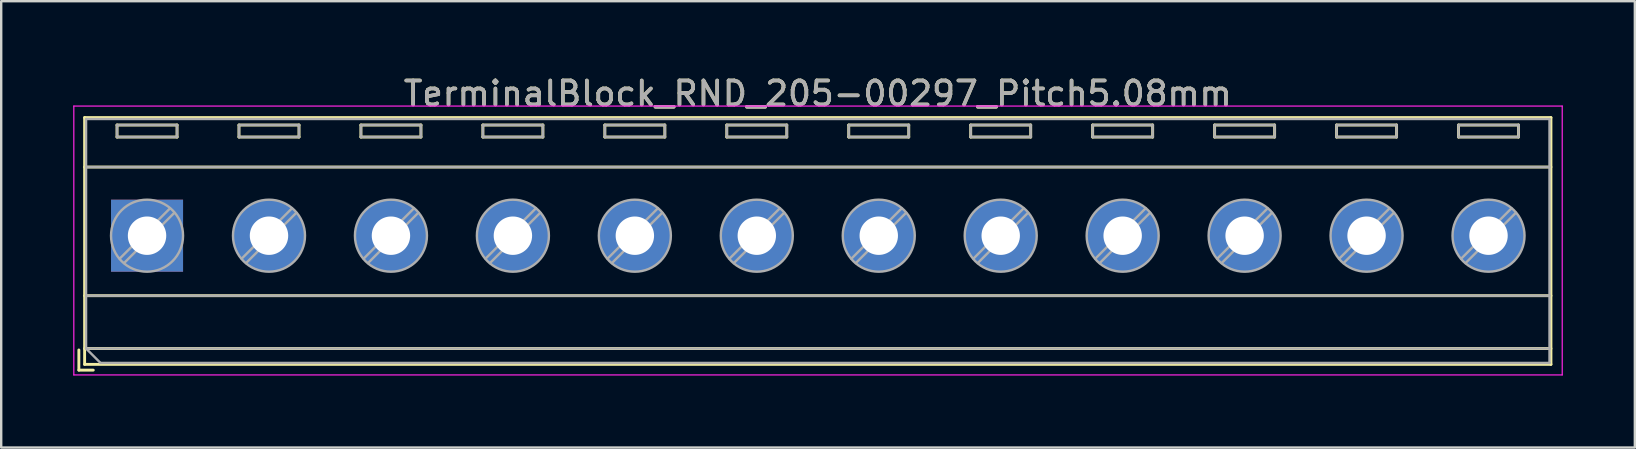
<source format=kicad_pcb>
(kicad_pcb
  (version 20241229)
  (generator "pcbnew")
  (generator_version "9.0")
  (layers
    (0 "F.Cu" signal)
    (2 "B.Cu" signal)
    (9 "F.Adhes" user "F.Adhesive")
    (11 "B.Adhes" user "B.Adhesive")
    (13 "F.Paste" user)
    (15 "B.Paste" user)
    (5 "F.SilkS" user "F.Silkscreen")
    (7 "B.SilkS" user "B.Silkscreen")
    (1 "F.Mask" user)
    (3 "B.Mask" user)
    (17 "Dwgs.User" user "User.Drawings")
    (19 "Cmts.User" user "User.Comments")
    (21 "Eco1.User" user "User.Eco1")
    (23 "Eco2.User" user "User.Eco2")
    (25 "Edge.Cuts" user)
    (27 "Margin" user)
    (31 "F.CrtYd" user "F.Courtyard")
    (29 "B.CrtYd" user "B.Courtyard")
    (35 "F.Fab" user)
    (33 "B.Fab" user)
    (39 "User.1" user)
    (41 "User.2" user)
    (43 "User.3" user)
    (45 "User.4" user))
  (footprint "TerminalBlock_RND_205-00297_Pitch5.08mm"
    (layer "F.Cu")
    (at 3.075 6.768)
    (property "Reference" "TerminalBlock_RND_205-00297_Pitch5.08mm" (at 27.94 -5.92 0) (layer "F.SilkS") (effects (font (size 1 1) (thickness 0.15))))
    (attr through_hole)
    (fp_line (start -2.84 4.76) (end -2.84 5.6) (stroke (width 0.12) (type solid)) (layer "F.SilkS"))
    (fp_line (start -2.84 5.6) (end -2.24 5.6) (stroke (width 0.12) (type solid)) (layer "F.SilkS"))
    (fp_line (start -2.6 -4.92) (end -2.6 5.36) (stroke (width 0.12) (type solid)) (layer "F.SilkS"))
    (fp_line (start -2.6 -2.86) (end 58.48 -2.86) (stroke (width 0.12) (type solid)) (layer "F.SilkS"))
    (fp_line (start -2.6 2.5) (end 58.48 2.5) (stroke (width 0.12) (type solid)) (layer "F.SilkS"))
    (fp_line (start -2.6 4.7) (end 58.48 4.7) (stroke (width 0.12) (type solid)) (layer "F.SilkS"))
    (fp_line (start -2.6 5.36) (end 58.48 5.36) (stroke (width 0.12) (type solid)) (layer "F.SilkS"))
    (fp_line (start -1.25 -4.61) (end -1.25 -4.11) (stroke (width 0.12) (type solid)) (layer "F.SilkS"))
    (fp_line (start -1.25 -4.61) (end 1.25 -4.61) (stroke (width 0.12) (type solid)) (layer "F.SilkS"))
    (fp_line (start -1.25 -4.11) (end 1.25 -4.11) (stroke (width 0.12) (type solid)) (layer "F.SilkS"))
    (fp_line (start 1.25 -4.61) (end 1.25 -4.11) (stroke (width 0.12) (type solid)) (layer "F.SilkS"))
    (fp_line (start 3.83 -4.61) (end 3.83 -4.11) (stroke (width 0.12) (type solid)) (layer "F.SilkS"))
    (fp_line (start 3.83 -4.61) (end 6.33 -4.61) (stroke (width 0.12) (type solid)) (layer "F.SilkS"))
    (fp_line (start 3.83 -4.11) (end 6.33 -4.11) (stroke (width 0.12) (type solid)) (layer "F.SilkS"))
    (fp_line (start 6.33 -4.61) (end 6.33 -4.11) (stroke (width 0.12) (type solid)) (layer "F.SilkS"))
    (fp_line (start 8.91 -4.61) (end 8.91 -4.11) (stroke (width 0.12) (type solid)) (layer "F.SilkS"))
    (fp_line (start 8.91 -4.61) (end 11.41 -4.61) (stroke (width 0.12) (type solid)) (layer "F.SilkS"))
    (fp_line (start 8.91 -4.11) (end 11.41 -4.11) (stroke (width 0.12) (type solid)) (layer "F.SilkS"))
    (fp_line (start 11.41 -4.61) (end 11.41 -4.11) (stroke (width 0.12) (type solid)) (layer "F.SilkS"))
    (fp_line (start 13.99 -4.61) (end 13.99 -4.11) (stroke (width 0.12) (type solid)) (layer "F.SilkS"))
    (fp_line (start 13.99 -4.61) (end 16.49 -4.61) (stroke (width 0.12) (type solid)) (layer "F.SilkS"))
    (fp_line (start 13.99 -4.11) (end 16.49 -4.11) (stroke (width 0.12) (type solid)) (layer "F.SilkS"))
    (fp_line (start 16.49 -4.61) (end 16.49 -4.11) (stroke (width 0.12) (type solid)) (layer "F.SilkS"))
    (fp_line (start 19.07 -4.61) (end 19.07 -4.11) (stroke (width 0.12) (type solid)) (layer "F.SilkS"))
    (fp_line (start 19.07 -4.61) (end 21.57 -4.61) (stroke (width 0.12) (type solid)) (layer "F.SilkS"))
    (fp_line (start 19.07 -4.11) (end 21.57 -4.11) (stroke (width 0.12) (type solid)) (layer "F.SilkS"))
    (fp_line (start 21.57 -4.61) (end 21.57 -4.11) (stroke (width 0.12) (type solid)) (layer "F.SilkS"))
    (fp_line (start 24.15 -4.61) (end 24.15 -4.11) (stroke (width 0.12) (type solid)) (layer "F.SilkS"))
    (fp_line (start 24.15 -4.61) (end 26.65 -4.61) (stroke (width 0.12) (type solid)) (layer "F.SilkS"))
    (fp_line (start 24.15 -4.11) (end 26.65 -4.11) (stroke (width 0.12) (type solid)) (layer "F.SilkS"))
    (fp_line (start 26.65 -4.61) (end 26.65 -4.11) (stroke (width 0.12) (type solid)) (layer "F.SilkS"))
    (fp_line (start 29.23 -4.61) (end 29.23 -4.11) (stroke (width 0.12) (type solid)) (layer "F.SilkS"))
    (fp_line (start 29.23 -4.61) (end 31.73 -4.61) (stroke (width 0.12) (type solid)) (layer "F.SilkS"))
    (fp_line (start 29.23 -4.11) (end 31.73 -4.11) (stroke (width 0.12) (type solid)) (layer "F.SilkS"))
    (fp_line (start 31.73 -4.61) (end 31.73 -4.11) (stroke (width 0.12) (type solid)) (layer "F.SilkS"))
    (fp_line (start 34.31 -4.61) (end 34.31 -4.11) (stroke (width 0.12) (type solid)) (layer "F.SilkS"))
    (fp_line (start 34.31 -4.61) (end 36.81 -4.61) (stroke (width 0.12) (type solid)) (layer "F.SilkS"))
    (fp_line (start 34.31 -4.11) (end 36.81 -4.11) (stroke (width 0.12) (type solid)) (layer "F.SilkS"))
    (fp_line (start 36.81 -4.61) (end 36.81 -4.11) (stroke (width 0.12) (type solid)) (layer "F.SilkS"))
    (fp_line (start 39.39 -4.61) (end 39.39 -4.11) (stroke (width 0.12) (type solid)) (layer "F.SilkS"))
    (fp_line (start 39.39 -4.61) (end 41.89 -4.61) (stroke (width 0.12) (type solid)) (layer "F.SilkS"))
    (fp_line (start 39.39 -4.11) (end 41.89 -4.11) (stroke (width 0.12) (type solid)) (layer "F.SilkS"))
    (fp_line (start 41.89 -4.61) (end 41.89 -4.11) (stroke (width 0.12) (type solid)) (layer "F.SilkS"))
    (fp_line (start 44.47 -4.61) (end 44.47 -4.11) (stroke (width 0.12) (type solid)) (layer "F.SilkS"))
    (fp_line (start 44.47 -4.61) (end 46.97 -4.61) (stroke (width 0.12) (type solid)) (layer "F.SilkS"))
    (fp_line (start 44.47 -4.11) (end 46.97 -4.11) (stroke (width 0.12) (type solid)) (layer "F.SilkS"))
    (fp_line (start 46.97 -4.61) (end 46.97 -4.11) (stroke (width 0.12) (type solid)) (layer "F.SilkS"))
    (fp_line (start 49.55 -4.61) (end 49.55 -4.11) (stroke (width 0.12) (type solid)) (layer "F.SilkS"))
    (fp_line (start 49.55 -4.61) (end 52.05 -4.61) (stroke (width 0.12) (type solid)) (layer "F.SilkS"))
    (fp_line (start 49.55 -4.11) (end 52.05 -4.11) (stroke (width 0.12) (type solid)) (layer "F.SilkS"))
    (fp_line (start 52.05 -4.61) (end 52.05 -4.11) (stroke (width 0.12) (type solid)) (layer "F.SilkS"))
    (fp_line (start 54.63 -4.61) (end 54.63 -4.11) (stroke (width 0.12) (type solid)) (layer "F.SilkS"))
    (fp_line (start 54.63 -4.61) (end 57.13 -4.61) (stroke (width 0.12) (type solid)) (layer "F.SilkS"))
    (fp_line (start 54.63 -4.11) (end 57.13 -4.11) (stroke (width 0.12) (type solid)) (layer "F.SilkS"))
    (fp_line (start 57.13 -4.61) (end 57.13 -4.11) (stroke (width 0.12) (type solid)) (layer "F.SilkS"))
    (fp_line (start 58.48 -4.92) (end -2.6 -4.92) (stroke (width 0.12) (type solid)) (layer "F.SilkS"))
    (fp_line (start 58.48 5.36) (end 58.48 -4.92) (stroke (width 0.12) (type solid)) (layer "F.SilkS"))
    (fp_line (start -3.05 -5.4) (end -3.05 5.8) (stroke (width 0.05) (type solid)) (layer "F.CrtYd"))
    (fp_line (start -3.05 5.8) (end 58.95 5.8) (stroke (width 0.05) (type solid)) (layer "F.CrtYd"))
    (fp_line (start 58.95 -5.4) (end -3.05 -5.4) (stroke (width 0.05) (type solid)) (layer "F.CrtYd"))
    (fp_line (start 58.95 5.8) (end 58.95 -5.4) (stroke (width 0.05) (type solid)) (layer "F.CrtYd"))
    (fp_line (start -2.54 -4.86) (end 58.42 -4.86) (stroke (width 0.1) (type solid)) (layer "F.Fab"))
    (fp_line (start -2.54 -2.86) (end 58.42 -2.86) (stroke (width 0.1) (type solid)) (layer "F.Fab"))
    (fp_line (start -2.54 2.5) (end 58.42 2.5) (stroke (width 0.1) (type solid)) (layer "F.Fab"))
    (fp_line (start -2.54 4.7) (end -2.54 -4.86) (stroke (width 0.1) (type solid)) (layer "F.Fab"))
    (fp_line (start -2.54 4.7) (end 58.42 4.7) (stroke (width 0.1) (type solid)) (layer "F.Fab"))
    (fp_line (start -1.94 5.3) (end -2.54 4.7) (stroke (width 0.1) (type solid)) (layer "F.Fab"))
    (fp_line (start -1.25 -4.61) (end -1.25 -4.11) (stroke (width 0.1) (type solid)) (layer "F.Fab"))
    (fp_line (start -1.25 -4.11) (end 1.25 -4.11) (stroke (width 0.1) (type solid)) (layer "F.Fab"))
    (fp_line (start 0.955 -1.138) (end -1.138 0.955) (stroke (width 0.1) (type solid)) (layer "F.Fab"))
    (fp_line (start 1.138 -0.955) (end -0.955 1.138) (stroke (width 0.1) (type solid)) (layer "F.Fab"))
    (fp_line (start 1.25 -4.61) (end -1.25 -4.61) (stroke (width 0.1) (type solid)) (layer "F.Fab"))
    (fp_line (start 1.25 -4.11) (end 1.25 -4.61) (stroke (width 0.1) (type solid)) (layer "F.Fab"))
    (fp_line (start 3.83 -4.61) (end 3.83 -4.11) (stroke (width 0.1) (type solid)) (layer "F.Fab"))
    (fp_line (start 3.83 -4.11) (end 6.33 -4.11) (stroke (width 0.1) (type solid)) (layer "F.Fab"))
    (fp_line (start 6.035 -1.138) (end 3.943 0.955) (stroke (width 0.1) (type solid)) (layer "F.Fab"))
    (fp_line (start 6.218 -0.955) (end 4.126 1.138) (stroke (width 0.1) (type solid)) (layer "F.Fab"))
    (fp_line (start 6.33 -4.61) (end 3.83 -4.61) (stroke (width 0.1) (type solid)) (layer "F.Fab"))
    (fp_line (start 6.33 -4.11) (end 6.33 -4.61) (stroke (width 0.1) (type solid)) (layer "F.Fab"))
    (fp_line (start 8.91 -4.61) (end 8.91 -4.11) (stroke (width 0.1) (type solid)) (layer "F.Fab"))
    (fp_line (start 8.91 -4.11) (end 11.41 -4.11) (stroke (width 0.1) (type solid)) (layer "F.Fab"))
    (fp_line (start 11.115 -1.138) (end 9.023 0.955) (stroke (width 0.1) (type solid)) (layer "F.Fab"))
    (fp_line (start 11.298 -0.955) (end 9.206 1.138) (stroke (width 0.1) (type solid)) (layer "F.Fab"))
    (fp_line (start 11.41 -4.61) (end 8.91 -4.61) (stroke (width 0.1) (type solid)) (layer "F.Fab"))
    (fp_line (start 11.41 -4.11) (end 11.41 -4.61) (stroke (width 0.1) (type solid)) (layer "F.Fab"))
    (fp_line (start 13.99 -4.61) (end 13.99 -4.11) (stroke (width 0.1) (type solid)) (layer "F.Fab"))
    (fp_line (start 13.99 -4.11) (end 16.49 -4.11) (stroke (width 0.1) (type solid)) (layer "F.Fab"))
    (fp_line (start 16.195 -1.138) (end 14.103 0.955) (stroke (width 0.1) (type solid)) (layer "F.Fab"))
    (fp_line (start 16.378 -0.955) (end 14.286 1.138) (stroke (width 0.1) (type solid)) (layer "F.Fab"))
    (fp_line (start 16.49 -4.61) (end 13.99 -4.61) (stroke (width 0.1) (type solid)) (layer "F.Fab"))
    (fp_line (start 16.49 -4.11) (end 16.49 -4.61) (stroke (width 0.1) (type solid)) (layer "F.Fab"))
    (fp_line (start 19.07 -4.61) (end 19.07 -4.11) (stroke (width 0.1) (type solid)) (layer "F.Fab"))
    (fp_line (start 19.07 -4.11) (end 21.57 -4.11) (stroke (width 0.1) (type solid)) (layer "F.Fab"))
    (fp_line (start 21.275 -1.138) (end 19.183 0.955) (stroke (width 0.1) (type solid)) (layer "F.Fab"))
    (fp_line (start 21.458 -0.955) (end 19.366 1.138) (stroke (width 0.1) (type solid)) (layer "F.Fab"))
    (fp_line (start 21.57 -4.61) (end 19.07 -4.61) (stroke (width 0.1) (type solid)) (layer "F.Fab"))
    (fp_line (start 21.57 -4.11) (end 21.57 -4.61) (stroke (width 0.1) (type solid)) (layer "F.Fab"))
    (fp_line (start 24.15 -4.61) (end 24.15 -4.11) (stroke (width 0.1) (type solid)) (layer "F.Fab"))
    (fp_line (start 24.15 -4.11) (end 26.65 -4.11) (stroke (width 0.1) (type solid)) (layer "F.Fab"))
    (fp_line (start 26.355 -1.138) (end 24.263 0.955) (stroke (width 0.1) (type solid)) (layer "F.Fab"))
    (fp_line (start 26.538 -0.955) (end 24.446 1.138) (stroke (width 0.1) (type solid)) (layer "F.Fab"))
    (fp_line (start 26.65 -4.61) (end 24.15 -4.61) (stroke (width 0.1) (type solid)) (layer "F.Fab"))
    (fp_line (start 26.65 -4.11) (end 26.65 -4.61) (stroke (width 0.1) (type solid)) (layer "F.Fab"))
    (fp_line (start 29.23 -4.61) (end 29.23 -4.11) (stroke (width 0.1) (type solid)) (layer "F.Fab"))
    (fp_line (start 29.23 -4.11) (end 31.73 -4.11) (stroke (width 0.1) (type solid)) (layer "F.Fab"))
    (fp_line (start 31.435 -1.138) (end 29.343 0.955) (stroke (width 0.1) (type solid)) (layer "F.Fab"))
    (fp_line (start 31.618 -0.955) (end 29.526 1.138) (stroke (width 0.1) (type solid)) (layer "F.Fab"))
    (fp_line (start 31.73 -4.61) (end 29.23 -4.61) (stroke (width 0.1) (type solid)) (layer "F.Fab"))
    (fp_line (start 31.73 -4.11) (end 31.73 -4.61) (stroke (width 0.1) (type solid)) (layer "F.Fab"))
    (fp_line (start 34.31 -4.61) (end 34.31 -4.11) (stroke (width 0.1) (type solid)) (layer "F.Fab"))
    (fp_line (start 34.31 -4.11) (end 36.81 -4.11) (stroke (width 0.1) (type solid)) (layer "F.Fab"))
    (fp_line (start 36.515 -1.138) (end 34.423 0.955) (stroke (width 0.1) (type solid)) (layer "F.Fab"))
    (fp_line (start 36.698 -0.955) (end 34.606 1.138) (stroke (width 0.1) (type solid)) (layer "F.Fab"))
    (fp_line (start 36.81 -4.61) (end 34.31 -4.61) (stroke (width 0.1) (type solid)) (layer "F.Fab"))
    (fp_line (start 36.81 -4.11) (end 36.81 -4.61) (stroke (width 0.1) (type solid)) (layer "F.Fab"))
    (fp_line (start 39.39 -4.61) (end 39.39 -4.11) (stroke (width 0.1) (type solid)) (layer "F.Fab"))
    (fp_line (start 39.39 -4.11) (end 41.89 -4.11) (stroke (width 0.1) (type solid)) (layer "F.Fab"))
    (fp_line (start 41.595 -1.138) (end 39.503 0.955) (stroke (width 0.1) (type solid)) (layer "F.Fab"))
    (fp_line (start 41.778 -0.955) (end 39.686 1.138) (stroke (width 0.1) (type solid)) (layer "F.Fab"))
    (fp_line (start 41.89 -4.61) (end 39.39 -4.61) (stroke (width 0.1) (type solid)) (layer "F.Fab"))
    (fp_line (start 41.89 -4.11) (end 41.89 -4.61) (stroke (width 0.1) (type solid)) (layer "F.Fab"))
    (fp_line (start 44.47 -4.61) (end 44.47 -4.11) (stroke (width 0.1) (type solid)) (layer "F.Fab"))
    (fp_line (start 44.47 -4.11) (end 46.97 -4.11) (stroke (width 0.1) (type solid)) (layer "F.Fab"))
    (fp_line (start 46.675 -1.138) (end 44.583 0.955) (stroke (width 0.1) (type solid)) (layer "F.Fab"))
    (fp_line (start 46.858 -0.955) (end 44.766 1.138) (stroke (width 0.1) (type solid)) (layer "F.Fab"))
    (fp_line (start 46.97 -4.61) (end 44.47 -4.61) (stroke (width 0.1) (type solid)) (layer "F.Fab"))
    (fp_line (start 46.97 -4.11) (end 46.97 -4.61) (stroke (width 0.1) (type solid)) (layer "F.Fab"))
    (fp_line (start 49.55 -4.61) (end 49.55 -4.11) (stroke (width 0.1) (type solid)) (layer "F.Fab"))
    (fp_line (start 49.55 -4.11) (end 52.05 -4.11) (stroke (width 0.1) (type solid)) (layer "F.Fab"))
    (fp_line (start 51.755 -1.138) (end 49.663 0.955) (stroke (width 0.1) (type solid)) (layer "F.Fab"))
    (fp_line (start 51.938 -0.955) (end 49.846 1.138) (stroke (width 0.1) (type solid)) (layer "F.Fab"))
    (fp_line (start 52.05 -4.61) (end 49.55 -4.61) (stroke (width 0.1) (type solid)) (layer "F.Fab"))
    (fp_line (start 52.05 -4.11) (end 52.05 -4.61) (stroke (width 0.1) (type solid)) (layer "F.Fab"))
    (fp_line (start 54.63 -4.61) (end 54.63 -4.11) (stroke (width 0.1) (type solid)) (layer "F.Fab"))
    (fp_line (start 54.63 -4.11) (end 57.13 -4.11) (stroke (width 0.1) (type solid)) (layer "F.Fab"))
    (fp_line (start 56.835 -1.138) (end 54.743 0.955) (stroke (width 0.1) (type solid)) (layer "F.Fab"))
    (fp_line (start 57.018 -0.955) (end 54.926 1.138) (stroke (width 0.1) (type solid)) (layer "F.Fab"))
    (fp_line (start 57.13 -4.61) (end 54.63 -4.61) (stroke (width 0.1) (type solid)) (layer "F.Fab"))
    (fp_line (start 57.13 -4.11) (end 57.13 -4.61) (stroke (width 0.1) (type solid)) (layer "F.Fab"))
    (fp_line (start 58.42 -4.86) (end 58.42 5.3) (stroke (width 0.1) (type solid)) (layer "F.Fab"))
    (fp_line (start 58.42 5.3) (end -1.94 5.3) (stroke (width 0.1) (type solid)) (layer "F.Fab"))
    (fp_circle (center 0 0) (end 1.5 0) (stroke (width 0.1) (type solid)) (fill no) (layer "F.Fab"))
    (fp_circle (center 5.08 0) (end 6.58 0) (stroke (width 0.1) (type solid)) (fill no) (layer "F.Fab"))
    (fp_circle (center 10.16 0) (end 11.66 0) (stroke (width 0.1) (type solid)) (fill no) (layer "F.Fab"))
    (fp_circle (center 15.24 0) (end 16.74 0) (stroke (width 0.1) (type solid)) (fill no) (layer "F.Fab"))
    (fp_circle (center 20.32 0) (end 21.82 0) (stroke (width 0.1) (type solid)) (fill no) (layer "F.Fab"))
    (fp_circle (center 25.4 0) (end 26.9 0) (stroke (width 0.1) (type solid)) (fill no) (layer "F.Fab"))
    (fp_circle (center 30.48 0) (end 31.98 0) (stroke (width 0.1) (type solid)) (fill no) (layer "F.Fab"))
    (fp_circle (center 35.56 0) (end 37.06 0) (stroke (width 0.1) (type solid)) (fill no) (layer "F.Fab"))
    (fp_circle (center 40.64 0) (end 42.14 0) (stroke (width 0.1) (type solid)) (fill no) (layer "F.Fab"))
    (fp_circle (center 45.72 0) (end 47.22 0) (stroke (width 0.1) (type solid)) (fill no) (layer "F.Fab"))
    (fp_circle (center 50.8 0) (end 52.3 0) (stroke (width 0.1) (type solid)) (fill no) (layer "F.Fab"))
    (fp_circle (center 55.88 0) (end 57.38 0) (stroke (width 0.1) (type solid)) (fill no) (layer "F.Fab"))
    (fp_text user "${REFERENCE}" (at 27.94 -5.92 0) (layer "F.Fab") (effects (font (size 1 1) (thickness 0.15))))
    (pad "1" thru_hole rect (at 0 0) (size 3 3) (drill 1.6) (layers "*.Cu" "*.Mask"))
    (pad "2" thru_hole oval (at 5.08 0) (size 3 3) (drill 1.6) (layers "*.Cu" "*.Mask"))
    (pad "3" thru_hole oval (at 10.16 0) (size 3 3) (drill 1.6) (layers "*.Cu" "*.Mask"))
    (pad "4" thru_hole oval (at 15.24 0) (size 3 3) (drill 1.6) (layers "*.Cu" "*.Mask"))
    (pad "5" thru_hole oval (at 20.32 0) (size 3 3) (drill 1.6) (layers "*.Cu" "*.Mask"))
    (pad "6" thru_hole oval (at 25.4 0) (size 3 3) (drill 1.6) (layers "*.Cu" "*.Mask"))
    (pad "7" thru_hole oval (at 30.48 0) (size 3 3) (drill 1.6) (layers "*.Cu" "*.Mask"))
    (pad "8" thru_hole oval (at 35.56 0) (size 3 3) (drill 1.6) (layers "*.Cu" "*.Mask"))
    (pad "9" thru_hole oval (at 40.64 0) (size 3 3) (drill 1.6) (layers "*.Cu" "*.Mask"))
    (pad "10" thru_hole oval (at 45.72 0) (size 3 3) (drill 1.6) (layers "*.Cu" "*.Mask"))
    (pad "11" thru_hole oval (at 50.8 0) (size 3 3) (drill 1.6) (layers "*.Cu" "*.Mask"))
    (pad "12" thru_hole oval (at 55.88 0) (size 3 3) (drill 1.6) (layers "*.Cu" "*.Mask")))
  (gr_rect
    (start -3 -3)
    (end 65.05 15.593)
    (stroke (width 0.1) (type default))
    (fill no)
    (layer "Edge.Cuts")))
</source>
